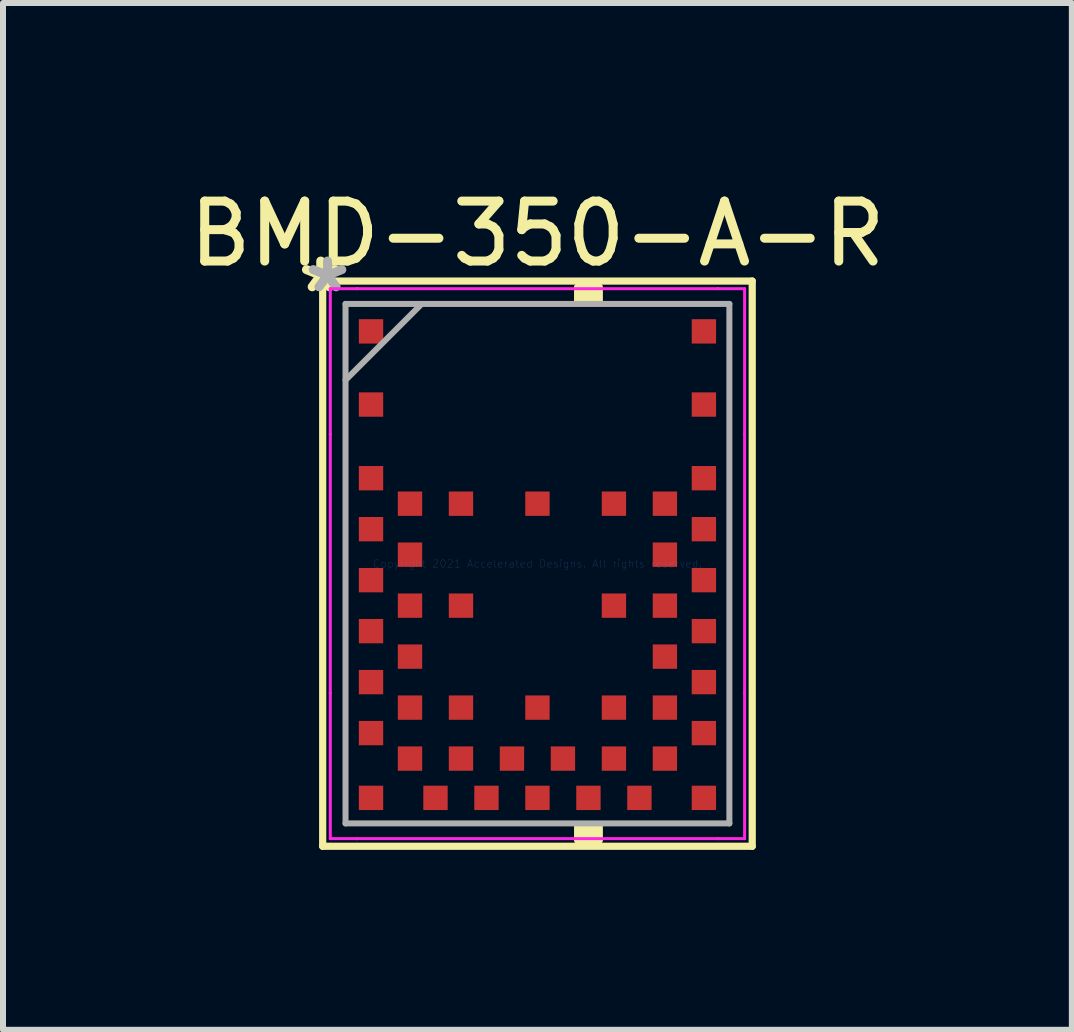
<source format=kicad_pcb>
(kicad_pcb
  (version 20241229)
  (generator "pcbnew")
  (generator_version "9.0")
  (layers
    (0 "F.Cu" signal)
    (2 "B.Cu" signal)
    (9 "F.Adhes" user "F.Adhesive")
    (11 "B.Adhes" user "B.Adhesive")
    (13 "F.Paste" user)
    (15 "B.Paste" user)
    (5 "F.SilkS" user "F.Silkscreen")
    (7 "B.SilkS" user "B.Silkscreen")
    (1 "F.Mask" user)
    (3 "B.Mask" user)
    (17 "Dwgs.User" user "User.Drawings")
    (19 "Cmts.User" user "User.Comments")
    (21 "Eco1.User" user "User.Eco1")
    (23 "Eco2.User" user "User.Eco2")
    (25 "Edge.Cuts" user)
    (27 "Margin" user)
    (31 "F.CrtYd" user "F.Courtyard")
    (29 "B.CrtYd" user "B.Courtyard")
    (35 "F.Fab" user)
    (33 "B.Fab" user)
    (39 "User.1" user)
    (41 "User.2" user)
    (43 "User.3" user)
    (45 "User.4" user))
  (footprint "BMD-350-A-R"
    (layer "F.Cu")
    (at 5.911 6.348)
    (property "Reference" "BMD-350-A-R" (at 0 -5.5 0) (layer "F.SilkS") (effects (font (size 1 1) (thickness 0.15))))
    (attr through_hole)
    (fp_line (start -3.581 -4.712) (end -3.581 4.712) (stroke (width 0.12) (type solid)) (layer "F.SilkS"))
    (fp_line (start -3.581 4.712) (end 3.581 4.712) (stroke (width 0.12) (type solid)) (layer "F.SilkS"))
    (fp_line (start 3.581 -4.712) (end -3.581 -4.712) (stroke (width 0.12) (type solid)) (layer "F.SilkS"))
    (fp_line (start 3.581 4.712) (end 3.581 -4.712) (stroke (width 0.12) (type solid)) (layer "F.SilkS"))
    (fp_poly (pts (xy 0.66 -4.362) (xy 0.66 -4.616) (xy 1.041 -4.616) (xy 1.041 -4.362)) (stroke (width 0.1) (type solid)) (fill yes) (layer "F.SilkS"))
    (fp_poly (pts (xy 0.66 4.362) (xy 0.66 4.616) (xy 1.041 4.616) (xy 1.041 4.362)) (stroke (width 0.1) (type solid)) (fill yes) (layer "F.SilkS"))
    (fp_line (start -3.454 -4.585) (end -3.007 -4.585) (stroke (width 0.05) (type solid)) (layer "F.CrtYd"))
    (fp_line (start -3.454 -2.157) (end -3.454 -4.585) (stroke (width 0.05) (type solid)) (layer "F.CrtYd"))
    (fp_line (start -3.454 -2.157) (end -3.454 -2.157) (stroke (width 0.05) (type solid)) (layer "F.CrtYd"))
    (fp_line (start -3.454 2.157) (end -3.454 -2.157) (stroke (width 0.05) (type solid)) (layer "F.CrtYd"))
    (fp_line (start -3.454 2.157) (end -3.454 2.157) (stroke (width 0.05) (type solid)) (layer "F.CrtYd"))
    (fp_line (start -3.454 4.585) (end -3.454 2.157) (stroke (width 0.05) (type solid)) (layer "F.CrtYd"))
    (fp_line (start -3.007 -4.585) (end -3.007 -4.585) (stroke (width 0.05) (type solid)) (layer "F.CrtYd"))
    (fp_line (start -3.007 -4.585) (end 3.007 -4.585) (stroke (width 0.05) (type solid)) (layer "F.CrtYd"))
    (fp_line (start -3.007 4.585) (end -3.454 4.585) (stroke (width 0.05) (type solid)) (layer "F.CrtYd"))
    (fp_line (start -3.007 4.585) (end -3.007 4.585) (stroke (width 0.05) (type solid)) (layer "F.CrtYd"))
    (fp_line (start 3.007 -4.585) (end 3.007 -4.585) (stroke (width 0.05) (type solid)) (layer "F.CrtYd"))
    (fp_line (start 3.007 -4.585) (end 3.454 -4.585) (stroke (width 0.05) (type solid)) (layer "F.CrtYd"))
    (fp_line (start 3.007 4.585) (end -3.007 4.585) (stroke (width 0.05) (type solid)) (layer "F.CrtYd"))
    (fp_line (start 3.007 4.585) (end 3.007 4.585) (stroke (width 0.05) (type solid)) (layer "F.CrtYd"))
    (fp_line (start 3.454 -4.585) (end 3.454 -2.157) (stroke (width 0.05) (type solid)) (layer "F.CrtYd"))
    (fp_line (start 3.454 -2.157) (end 3.454 -2.157) (stroke (width 0.05) (type solid)) (layer "F.CrtYd"))
    (fp_line (start 3.454 -2.157) (end 3.454 2.157) (stroke (width 0.05) (type solid)) (layer "F.CrtYd"))
    (fp_line (start 3.454 2.157) (end 3.454 2.157) (stroke (width 0.05) (type solid)) (layer "F.CrtYd"))
    (fp_line (start 3.454 2.157) (end 3.454 4.585) (stroke (width 0.05) (type solid)) (layer "F.CrtYd"))
    (fp_line (start 3.454 4.585) (end 3.007 4.585) (stroke (width 0.05) (type solid)) (layer "F.CrtYd"))
    (fp_line (start -3.2 -4.331) (end -3.2 4.331) (stroke (width 0.1) (type solid)) (layer "F.Fab"))
    (fp_line (start -3.2 -3.061) (end -1.93 -4.331) (stroke (width 0.1) (type solid)) (layer "F.Fab"))
    (fp_line (start -3.2 4.331) (end 3.2 4.331) (stroke (width 0.1) (type solid)) (layer "F.Fab"))
    (fp_line (start 3.2 -4.331) (end -3.2 -4.331) (stroke (width 0.1) (type solid)) (layer "F.Fab"))
    (fp_line (start 3.2 4.331) (end 3.2 -4.331) (stroke (width 0.1) (type solid)) (layer "F.Fab"))
    (fp_text user "*" (at -3.613 -4.5 0) (layer "F.SilkS") (effects (font (size 1 1) (thickness 0.15))))
    (fp_text user "Copyright 2021 Accelerated Designs. All rights reserved." (at 0 0 0) (layer "Cmts.User") (effects (font (size 0.127 0.127) (thickness 0.002))))
    (fp_text user "*" (at -3.5 -4.5 0) (layer "F.Fab") (effects (font (size 1 1) (thickness 0.15))))
    (pad "1" smd rect (at -2.775 -3.873 90) (size 0.406 0.406) (layers "F.Cu" "F.Mask" "F.Paste"))
    (pad "2" smd rect (at -2.775 -2.653 90) (size 0.406 0.406) (layers "F.Cu" "F.Mask" "F.Paste"))
    (pad "3" smd rect (at -2.775 -1.425 90) (size 0.406 0.406) (layers "F.Cu" "F.Mask" "F.Paste"))
    (pad "4" smd rect (at -2.125 -1) (size 0.406 0.406) (layers "F.Cu" "F.Mask" "F.Paste"))
    (pad "5" smd rect (at -2.775 -0.575 90) (size 0.406 0.406) (layers "F.Cu" "F.Mask" "F.Paste"))
    (pad "6" smd rect (at -2.125 -0.15) (size 0.406 0.406) (layers "F.Cu" "F.Mask" "F.Paste"))
    (pad "7" smd rect (at -2.775 0.275 90) (size 0.406 0.406) (layers "F.Cu" "F.Mask" "F.Paste"))
    (pad "8" smd rect (at -2.125 0.7) (size 0.406 0.406) (layers "F.Cu" "F.Mask" "F.Paste"))
    (pad "9" smd rect (at -2.775 1.125 90) (size 0.406 0.406) (layers "F.Cu" "F.Mask" "F.Paste"))
    (pad "10" smd rect (at -2.125 1.55) (size 0.406 0.406) (layers "F.Cu" "F.Mask" "F.Paste"))
    (pad "11" smd rect (at -2.775 1.975 90) (size 0.406 0.406) (layers "F.Cu" "F.Mask" "F.Paste"))
    (pad "12" smd rect (at -2.125 2.4) (size 0.406 0.406) (layers "F.Cu" "F.Mask" "F.Paste"))
    (pad "13" smd rect (at -2.775 2.825 90) (size 0.406 0.406) (layers "F.Cu" "F.Mask" "F.Paste"))
    (pad "14" smd rect (at -2.125 3.25) (size 0.406 0.406) (layers "F.Cu" "F.Mask" "F.Paste"))
    (pad "15" smd rect (at -2.775 3.905) (size 0.406 0.406) (layers "F.Cu" "F.Mask" "F.Paste"))
    (pad "16" smd rect (at -1.7 3.905) (size 0.406 0.406) (layers "F.Cu" "F.Mask" "F.Paste"))
    (pad "17" smd rect (at -1.275 3.25) (size 0.406 0.406) (layers "F.Cu" "F.Mask" "F.Paste"))
    (pad "18" smd rect (at -0.85 3.905) (size 0.406 0.406) (layers "F.Cu" "F.Mask" "F.Paste"))
    (pad "19" smd rect (at -0.425 3.25) (size 0.406 0.406) (layers "F.Cu" "F.Mask" "F.Paste"))
    (pad "20" smd rect (at 0 3.905) (size 0.406 0.406) (layers "F.Cu" "F.Mask" "F.Paste"))
    (pad "21" smd rect (at 0.425 3.25) (size 0.406 0.406) (layers "F.Cu" "F.Mask" "F.Paste"))
    (pad "22" smd rect (at 0.85 3.905) (size 0.406 0.406) (layers "F.Cu" "F.Mask" "F.Paste"))
    (pad "23" smd rect (at 1.275 3.25) (size 0.406 0.406) (layers "F.Cu" "F.Mask" "F.Paste"))
    (pad "24" smd rect (at 1.7 3.905) (size 0.406 0.406) (layers "F.Cu" "F.Mask" "F.Paste"))
    (pad "25" smd rect (at 2.125 3.25) (size 0.406 0.406) (layers "F.Cu" "F.Mask" "F.Paste"))
    (pad "26" smd rect (at 2.775 3.905) (size 0.406 0.406) (layers "F.Cu" "F.Mask" "F.Paste"))
    (pad "27" smd rect (at 2.775 2.825 90) (size 0.406 0.406) (layers "F.Cu" "F.Mask" "F.Paste"))
    (pad "28" smd rect (at 2.125 2.4) (size 0.406 0.406) (layers "F.Cu" "F.Mask" "F.Paste"))
    (pad "29" smd rect (at 2.775 1.975 90) (size 0.406 0.406) (layers "F.Cu" "F.Mask" "F.Paste"))
    (pad "30" smd rect (at 2.125 1.55) (size 0.406 0.406) (layers "F.Cu" "F.Mask" "F.Paste"))
    (pad "31" smd rect (at 2.775 1.125 90) (size 0.406 0.406) (layers "F.Cu" "F.Mask" "F.Paste"))
    (pad "32" smd rect (at 2.125 0.7) (size 0.406 0.406) (layers "F.Cu" "F.Mask" "F.Paste"))
    (pad "33" smd rect (at 2.775 0.275 90) (size 0.406 0.406) (layers "F.Cu" "F.Mask" "F.Paste"))
    (pad "34" smd rect (at 2.125 -0.15) (size 0.406 0.406) (layers "F.Cu" "F.Mask" "F.Paste"))
    (pad "35" smd rect (at 2.775 -0.575 90) (size 0.406 0.406) (layers "F.Cu" "F.Mask" "F.Paste"))
    (pad "36" smd rect (at 2.125 -1) (size 0.406 0.406) (layers "F.Cu" "F.Mask" "F.Paste"))
    (pad "37" smd rect (at 2.775 -1.425 90) (size 0.406 0.406) (layers "F.Cu" "F.Mask" "F.Paste"))
    (pad "38" smd rect (at 2.775 -2.653 90) (size 0.406 0.406) (layers "F.Cu" "F.Mask" "F.Paste"))
    (pad "39" smd rect (at 2.775 -3.873 90) (size 0.406 0.406) (layers "F.Cu" "F.Mask" "F.Paste"))
    (pad "40" smd rect (at -1.275 -1) (size 0.406 0.406) (layers "F.Cu" "F.Mask" "F.Paste"))
    (pad "41" smd rect (at -1.275 0.7) (size 0.406 0.406) (layers "F.Cu" "F.Mask" "F.Paste"))
    (pad "42" smd rect (at -1.275 2.4) (size 0.406 0.406) (layers "F.Cu" "F.Mask" "F.Paste"))
    (pad "43" smd rect (at 0.000001 2.4) (size 0.406 0.406) (layers "F.Cu" "F.Mask" "F.Paste"))
    (pad "44" smd rect (at 1.275 2.4) (size 0.406 0.406) (layers "F.Cu" "F.Mask" "F.Paste"))
    (pad "45" smd rect (at 1.275 0.7) (size 0.406 0.406) (layers "F.Cu" "F.Mask" "F.Paste"))
    (pad "46" smd rect (at 1.275 -1) (size 0.406 0.406) (layers "F.Cu" "F.Mask" "F.Paste"))
    (pad "47" smd rect (at 0.000001 -1) (size 0.406 0.406) (layers "F.Cu" "F.Mask" "F.Paste")))
  (gr_rect
    (start -3 -3)
    (end 14.821 14.12)
    (stroke (width 0.1) (type default))
    (fill no)
    (layer "Edge.Cuts")))
</source>
